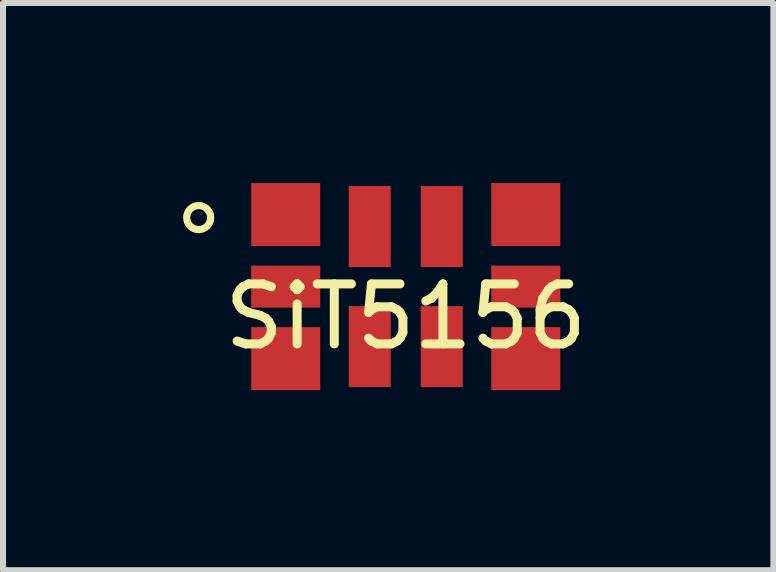
<source format=kicad_pcb>
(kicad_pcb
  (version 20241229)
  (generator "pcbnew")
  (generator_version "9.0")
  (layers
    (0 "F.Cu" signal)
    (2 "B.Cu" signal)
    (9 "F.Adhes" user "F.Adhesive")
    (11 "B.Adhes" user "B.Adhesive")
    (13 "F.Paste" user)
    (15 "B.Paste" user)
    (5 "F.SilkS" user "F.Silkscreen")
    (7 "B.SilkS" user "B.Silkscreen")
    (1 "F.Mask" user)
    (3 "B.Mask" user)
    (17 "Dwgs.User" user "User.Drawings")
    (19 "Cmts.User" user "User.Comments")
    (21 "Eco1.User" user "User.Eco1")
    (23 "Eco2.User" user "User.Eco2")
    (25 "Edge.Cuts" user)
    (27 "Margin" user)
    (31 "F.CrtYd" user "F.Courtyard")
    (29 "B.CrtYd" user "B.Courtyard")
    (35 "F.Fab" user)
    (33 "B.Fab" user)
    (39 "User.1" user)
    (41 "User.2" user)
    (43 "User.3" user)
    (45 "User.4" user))
  (footprint "SiT5156"
    (layer "F.Cu")
    (at 3.71 1.725)
    (property "Reference" "SiT5156" (at 0 0.5 0) (layer "F.SilkS") (effects (font (size 1 1) (thickness 0.15))))
    (attr through_hole)
    (fp_circle (center -3.45 -1.15) (end -3.25 -1.15) (stroke (width 0.12) (type solid)) (fill no) (layer "F.SilkS"))
    (pad "1" smd rect (at -2 -1.2) (size 1.15 1.05) (layers "F.Cu" "F.Mask" "F.Paste"))
    (pad "2" smd rect (at -0.6 -1) (size 0.7 1.35) (layers "F.Cu" "F.Mask" "F.Paste"))
    (pad "3" smd rect (at 0.6 -1) (size 0.7 1.35) (layers "F.Cu" "F.Mask" "F.Paste"))
    (pad "4" smd rect (at 2 -1.2) (size 1.15 1.05) (layers "F.Cu" "F.Mask" "F.Paste"))
    (pad "5" smd rect (at 2 0) (size 1.15 0.7) (layers "F.Cu" "F.Mask" "F.Paste"))
    (pad "6" smd rect (at 2 1.2) (size 1.15 1.05) (layers "F.Cu" "F.Mask" "F.Paste"))
    (pad "7" smd rect (at 0.6 1) (size 0.7 1.35) (layers "F.Cu" "F.Mask" "F.Paste"))
    (pad "8" smd rect (at -0.6 1) (size 0.7 1.35) (layers "F.Cu" "F.Mask" "F.Paste"))
    (pad "9" smd rect (at -2 1.2) (size 1.15 1.05) (layers "F.Cu" "F.Mask" "F.Paste"))
    (pad "10" smd rect (at -2 0) (size 1.15 0.7) (layers "F.Cu" "F.Mask" "F.Paste")))
  (gr_rect
    (start -3 -3)
    (end 9.835 6.45)
    (stroke (width 0.1) (type default))
    (fill no)
    (layer "Edge.Cuts")))
</source>
